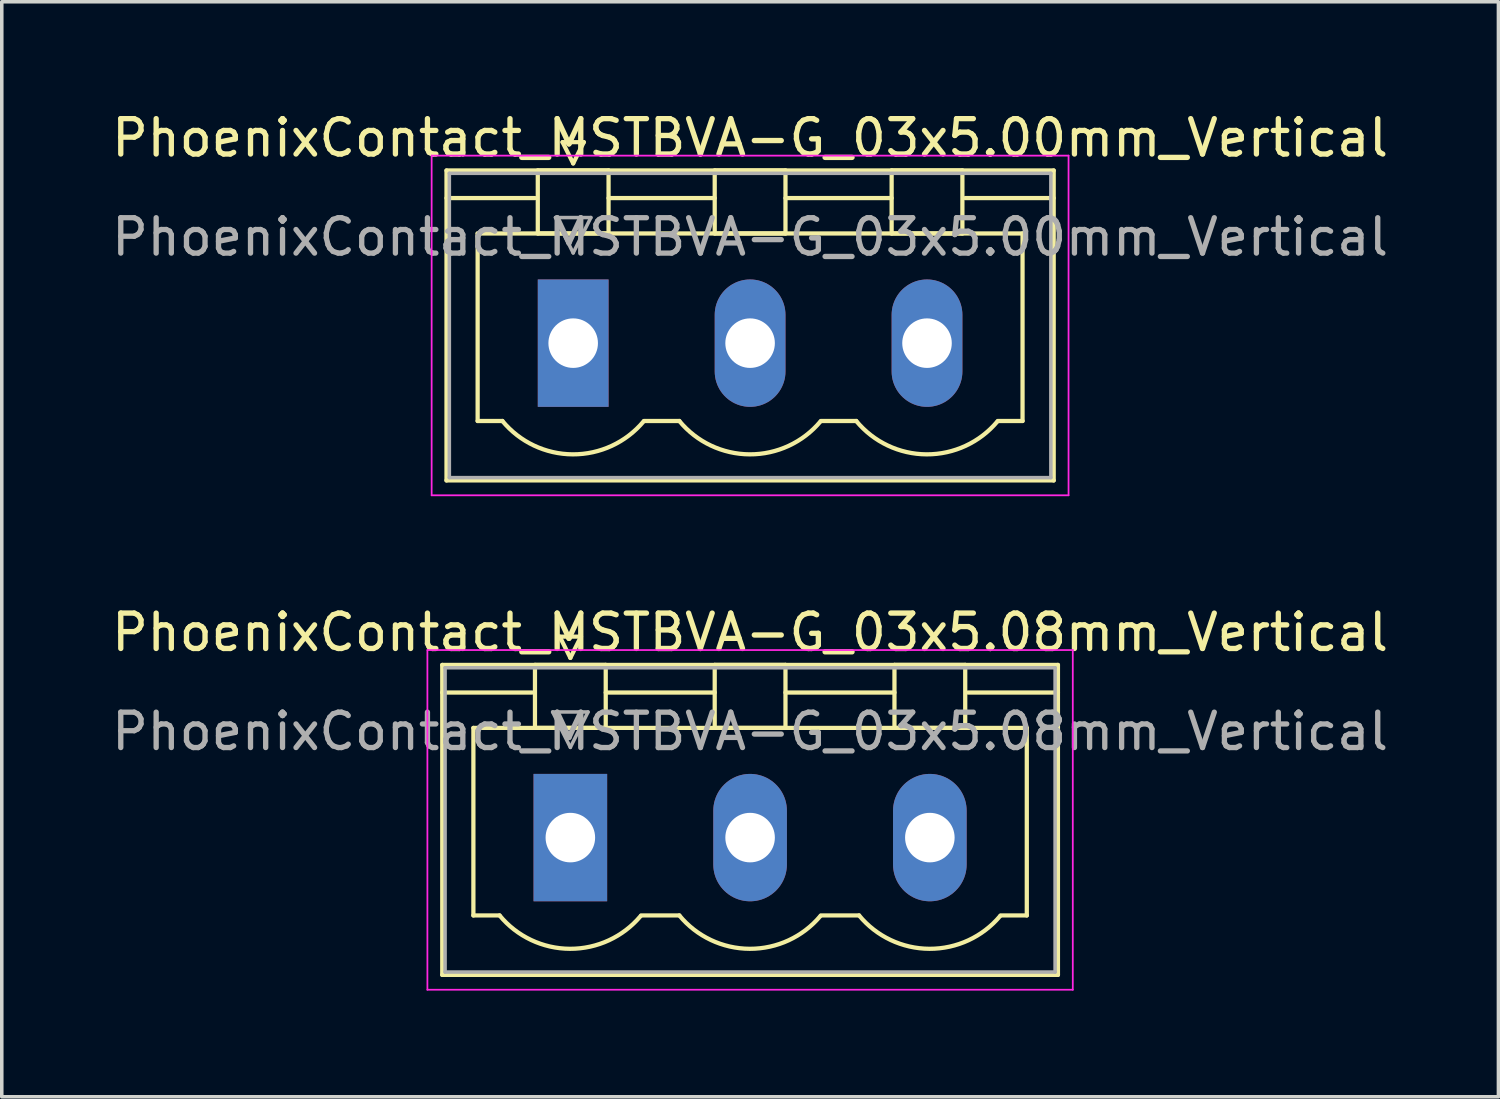
<source format=kicad_pcb>
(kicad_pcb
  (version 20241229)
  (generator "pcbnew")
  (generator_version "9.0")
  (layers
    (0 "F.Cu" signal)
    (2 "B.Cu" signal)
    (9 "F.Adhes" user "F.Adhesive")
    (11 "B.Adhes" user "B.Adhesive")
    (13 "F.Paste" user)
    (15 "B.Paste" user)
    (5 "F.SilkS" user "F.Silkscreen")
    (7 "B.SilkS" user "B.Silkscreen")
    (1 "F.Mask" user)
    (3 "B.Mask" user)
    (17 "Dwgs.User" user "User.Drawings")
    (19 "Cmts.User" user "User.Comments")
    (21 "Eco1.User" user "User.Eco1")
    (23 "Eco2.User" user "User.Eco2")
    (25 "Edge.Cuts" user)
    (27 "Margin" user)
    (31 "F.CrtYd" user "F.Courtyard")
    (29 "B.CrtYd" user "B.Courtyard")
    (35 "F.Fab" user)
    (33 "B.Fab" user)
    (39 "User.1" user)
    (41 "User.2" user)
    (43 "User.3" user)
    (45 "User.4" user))
  (footprint "PhoenixContact_MSTBVA-G_03x5.00mm_Vertical"
    (layer "F.Cu")
    (at 13.149 6.648)
    (property "Reference" "PhoenixContact_MSTBVA-G_03x5.00mm_Vertical" (at 5 -5.8 0) (layer "F.SilkS") (effects (font (size 1 1) (thickness 0.15))))
    (attr through_hole)
    (fp_line (start -3.58 -4.88) (end -3.58 3.88) (stroke (width 0.12) (type solid)) (layer "F.SilkS"))
    (fp_line (start -3.58 -4.1) (end -1.08 -4.1) (stroke (width 0.12) (type solid)) (layer "F.SilkS"))
    (fp_line (start -3.58 3.88) (end 13.58 3.88) (stroke (width 0.12) (type solid)) (layer "F.SilkS"))
    (fp_line (start -2.7 -3.1) (end 12.7 -3.1) (stroke (width 0.12) (type solid)) (layer "F.SilkS"))
    (fp_line (start -2.7 2.2) (end -2.7 -3.1) (stroke (width 0.12) (type solid)) (layer "F.SilkS"))
    (fp_line (start -2 2.2) (end -2.7 2.2) (stroke (width 0.12) (type solid)) (layer "F.SilkS"))
    (fp_line (start -1 -4.88) (end 1 -4.88) (stroke (width 0.12) (type solid)) (layer "F.SilkS"))
    (fp_line (start -1 -3.1) (end -1 -4.88) (stroke (width 0.12) (type solid)) (layer "F.SilkS"))
    (fp_line (start -0.3 -5.68) (end 0.3 -5.68) (stroke (width 0.12) (type solid)) (layer "F.SilkS"))
    (fp_line (start 0 -5.08) (end -0.3 -5.68) (stroke (width 0.12) (type solid)) (layer "F.SilkS"))
    (fp_line (start 0.3 -5.68) (end 0 -5.08) (stroke (width 0.12) (type solid)) (layer "F.SilkS"))
    (fp_line (start 1 -4.88) (end 1 -3.1) (stroke (width 0.12) (type solid)) (layer "F.SilkS"))
    (fp_line (start 1 -4.1) (end 4 -4.1) (stroke (width 0.12) (type solid)) (layer "F.SilkS"))
    (fp_line (start 1 -3.1) (end -1 -3.1) (stroke (width 0.12) (type solid)) (layer "F.SilkS"))
    (fp_line (start 2 2.2) (end 3 2.2) (stroke (width 0.12) (type solid)) (layer "F.SilkS"))
    (fp_line (start 4 -4.88) (end 6 -4.88) (stroke (width 0.12) (type solid)) (layer "F.SilkS"))
    (fp_line (start 4 -3.1) (end 4 -4.88) (stroke (width 0.12) (type solid)) (layer "F.SilkS"))
    (fp_line (start 6 -4.88) (end 6 -3.1) (stroke (width 0.12) (type solid)) (layer "F.SilkS"))
    (fp_line (start 6 -4.1) (end 9 -4.1) (stroke (width 0.12) (type solid)) (layer "F.SilkS"))
    (fp_line (start 6 -3.1) (end 4 -3.1) (stroke (width 0.12) (type solid)) (layer "F.SilkS"))
    (fp_line (start 7 2.2) (end 8 2.2) (stroke (width 0.12) (type solid)) (layer "F.SilkS"))
    (fp_line (start 9 -4.88) (end 11 -4.88) (stroke (width 0.12) (type solid)) (layer "F.SilkS"))
    (fp_line (start 9 -3.1) (end 9 -4.88) (stroke (width 0.12) (type solid)) (layer "F.SilkS"))
    (fp_line (start 11 -4.88) (end 11 -3.1) (stroke (width 0.12) (type solid)) (layer "F.SilkS"))
    (fp_line (start 11 -3.1) (end 9 -3.1) (stroke (width 0.12) (type solid)) (layer "F.SilkS"))
    (fp_line (start 12.7 -3.1) (end 12.7 2.2) (stroke (width 0.12) (type solid)) (layer "F.SilkS"))
    (fp_line (start 12.7 2.2) (end 12 2.2) (stroke (width 0.12) (type solid)) (layer "F.SilkS"))
    (fp_line (start 13.58 -4.88) (end -3.58 -4.88) (stroke (width 0.12) (type solid)) (layer "F.SilkS"))
    (fp_line (start 13.58 -4.1) (end 11.08 -4.1) (stroke (width 0.12) (type solid)) (layer "F.SilkS"))
    (fp_line (start 13.58 3.88) (end 13.58 -4.88) (stroke (width 0.12) (type solid)) (layer "F.SilkS"))
    (fp_arc (start 1.986842 2.215821) (mid -0.010289 3.142758) (end -2 2.2) (stroke (width 0.12) (type solid)) (layer "F.SilkS"))
    (fp_arc (start 6.986842 2.215821) (mid 4.989711 3.142758) (end 3 2.2) (stroke (width 0.12) (type solid)) (layer "F.SilkS"))
    (fp_arc (start 11.986842 2.215821) (mid 9.989711 3.142758) (end 8 2.2) (stroke (width 0.12) (type solid)) (layer "F.SilkS"))
    (fp_line (start -4 -5.3) (end -4 4.3) (stroke (width 0.05) (type solid)) (layer "F.CrtYd"))
    (fp_line (start -4 4.3) (end 14 4.3) (stroke (width 0.05) (type solid)) (layer "F.CrtYd"))
    (fp_line (start 14 -5.3) (end -4 -5.3) (stroke (width 0.05) (type solid)) (layer "F.CrtYd"))
    (fp_line (start 14 4.3) (end 14 -5.3) (stroke (width 0.05) (type solid)) (layer "F.CrtYd"))
    (fp_line (start -3.5 -4.8) (end -3.5 3.8) (stroke (width 0.1) (type solid)) (layer "F.Fab"))
    (fp_line (start -3.5 3.8) (end 13.5 3.8) (stroke (width 0.1) (type solid)) (layer "F.Fab"))
    (fp_line (start -0.5 -3.55) (end 0.5 -3.55) (stroke (width 0.1) (type solid)) (layer "F.Fab"))
    (fp_line (start 0 -2.55) (end -0.5 -3.55) (stroke (width 0.1) (type solid)) (layer "F.Fab"))
    (fp_line (start 0.5 -3.55) (end 0 -2.55) (stroke (width 0.1) (type solid)) (layer "F.Fab"))
    (fp_line (start 13.5 -4.8) (end -3.5 -4.8) (stroke (width 0.1) (type solid)) (layer "F.Fab"))
    (fp_line (start 13.5 3.8) (end 13.5 -4.8) (stroke (width 0.1) (type solid)) (layer "F.Fab"))
    (fp_text user "${REFERENCE}" (at 5 -3 0) (layer "F.Fab") (effects (font (size 1 1) (thickness 0.15))))
    (pad "1" thru_hole rect (at 0 0) (size 2 3.6) (drill 1.4) (layers "*.Cu" "*.Mask"))
    (pad "2" thru_hole oval (at 5 0) (size 2 3.6) (drill 1.4) (layers "*.Cu" "*.Mask"))
    (pad "3" thru_hole oval (at 10 0) (size 2 3.6) (drill 1.4) (layers "*.Cu" "*.Mask")))
  (footprint "PhoenixContact_MSTBVA-G_03x5.08mm_Vertical"
    (layer "F.Cu")
    (at 13.069 20.622)
    (property "Reference" "PhoenixContact_MSTBVA-G_03x5.08mm_Vertical" (at 5.08 -5.8 0) (layer "F.SilkS") (effects (font (size 1 1) (thickness 0.15))))
    (attr through_hole)
    (fp_line (start -3.62 -4.88) (end -3.62 3.88) (stroke (width 0.12) (type solid)) (layer "F.SilkS"))
    (fp_line (start -3.62 -4.1) (end -1.08 -4.1) (stroke (width 0.12) (type solid)) (layer "F.SilkS"))
    (fp_line (start -3.62 3.88) (end 13.78 3.88) (stroke (width 0.12) (type solid)) (layer "F.SilkS"))
    (fp_line (start -2.74 -3.1) (end 12.9 -3.1) (stroke (width 0.12) (type solid)) (layer "F.SilkS"))
    (fp_line (start -2.74 2.2) (end -2.74 -3.1) (stroke (width 0.12) (type solid)) (layer "F.SilkS"))
    (fp_line (start -2 2.2) (end -2.74 2.2) (stroke (width 0.12) (type solid)) (layer "F.SilkS"))
    (fp_line (start -1 -4.88) (end 1 -4.88) (stroke (width 0.12) (type solid)) (layer "F.SilkS"))
    (fp_line (start -1 -3.1) (end -1 -4.88) (stroke (width 0.12) (type solid)) (layer "F.SilkS"))
    (fp_line (start -0.3 -5.68) (end 0.3 -5.68) (stroke (width 0.12) (type solid)) (layer "F.SilkS"))
    (fp_line (start 0 -5.08) (end -0.3 -5.68) (stroke (width 0.12) (type solid)) (layer "F.SilkS"))
    (fp_line (start 0.3 -5.68) (end 0 -5.08) (stroke (width 0.12) (type solid)) (layer "F.SilkS"))
    (fp_line (start 1 -4.88) (end 1 -3.1) (stroke (width 0.12) (type solid)) (layer "F.SilkS"))
    (fp_line (start 1 -4.1) (end 4.08 -4.1) (stroke (width 0.12) (type solid)) (layer "F.SilkS"))
    (fp_line (start 1 -3.1) (end -1 -3.1) (stroke (width 0.12) (type solid)) (layer "F.SilkS"))
    (fp_line (start 2 2.2) (end 3.08 2.2) (stroke (width 0.12) (type solid)) (layer "F.SilkS"))
    (fp_line (start 4.08 -4.88) (end 6.08 -4.88) (stroke (width 0.12) (type solid)) (layer "F.SilkS"))
    (fp_line (start 4.08 -3.1) (end 4.08 -4.88) (stroke (width 0.12) (type solid)) (layer "F.SilkS"))
    (fp_line (start 6.08 -4.88) (end 6.08 -3.1) (stroke (width 0.12) (type solid)) (layer "F.SilkS"))
    (fp_line (start 6.08 -4.1) (end 9.16 -4.1) (stroke (width 0.12) (type solid)) (layer "F.SilkS"))
    (fp_line (start 6.08 -3.1) (end 4.08 -3.1) (stroke (width 0.12) (type solid)) (layer "F.SilkS"))
    (fp_line (start 7.08 2.2) (end 8.16 2.2) (stroke (width 0.12) (type solid)) (layer "F.SilkS"))
    (fp_line (start 9.16 -4.88) (end 11.16 -4.88) (stroke (width 0.12) (type solid)) (layer "F.SilkS"))
    (fp_line (start 9.16 -3.1) (end 9.16 -4.88) (stroke (width 0.12) (type solid)) (layer "F.SilkS"))
    (fp_line (start 11.16 -4.88) (end 11.16 -3.1) (stroke (width 0.12) (type solid)) (layer "F.SilkS"))
    (fp_line (start 11.16 -3.1) (end 9.16 -3.1) (stroke (width 0.12) (type solid)) (layer "F.SilkS"))
    (fp_line (start 12.9 -3.1) (end 12.9 2.2) (stroke (width 0.12) (type solid)) (layer "F.SilkS"))
    (fp_line (start 12.9 2.2) (end 12.16 2.2) (stroke (width 0.12) (type solid)) (layer "F.SilkS"))
    (fp_line (start 13.78 -4.88) (end -3.62 -4.88) (stroke (width 0.12) (type solid)) (layer "F.SilkS"))
    (fp_line (start 13.78 -4.1) (end 11.24 -4.1) (stroke (width 0.12) (type solid)) (layer "F.SilkS"))
    (fp_line (start 13.78 3.88) (end 13.78 -4.88) (stroke (width 0.12) (type solid)) (layer "F.SilkS"))
    (fp_arc (start 1.986842 2.215821) (mid -0.010289 3.142758) (end -2 2.2) (stroke (width 0.12) (type solid)) (layer "F.SilkS"))
    (fp_arc (start 7.066842 2.215821) (mid 5.069711 3.142758) (end 3.08 2.2) (stroke (width 0.12) (type solid)) (layer "F.SilkS"))
    (fp_arc (start 12.146842 2.215821) (mid 10.149711 3.142758) (end 8.16 2.2) (stroke (width 0.12) (type solid)) (layer "F.SilkS"))
    (fp_line (start -4.04 -5.3) (end -4.04 4.3) (stroke (width 0.05) (type solid)) (layer "F.CrtYd"))
    (fp_line (start -4.04 4.3) (end 14.2 4.3) (stroke (width 0.05) (type solid)) (layer "F.CrtYd"))
    (fp_line (start 14.2 -5.3) (end -4.04 -5.3) (stroke (width 0.05) (type solid)) (layer "F.CrtYd"))
    (fp_line (start 14.2 4.3) (end 14.2 -5.3) (stroke (width 0.05) (type solid)) (layer "F.CrtYd"))
    (fp_line (start -3.54 -4.8) (end -3.54 3.8) (stroke (width 0.1) (type solid)) (layer "F.Fab"))
    (fp_line (start -3.54 3.8) (end 13.7 3.8) (stroke (width 0.1) (type solid)) (layer "F.Fab"))
    (fp_line (start -0.5 -3.55) (end 0.5 -3.55) (stroke (width 0.1) (type solid)) (layer "F.Fab"))
    (fp_line (start 0 -2.55) (end -0.5 -3.55) (stroke (width 0.1) (type solid)) (layer "F.Fab"))
    (fp_line (start 0.5 -3.55) (end 0 -2.55) (stroke (width 0.1) (type solid)) (layer "F.Fab"))
    (fp_line (start 13.7 -4.8) (end -3.54 -4.8) (stroke (width 0.1) (type solid)) (layer "F.Fab"))
    (fp_line (start 13.7 3.8) (end 13.7 -4.8) (stroke (width 0.1) (type solid)) (layer "F.Fab"))
    (fp_text user "${REFERENCE}" (at 5.08 -3 0) (layer "F.Fab") (effects (font (size 1 1) (thickness 0.15))))
    (pad "1" thru_hole rect (at 0 0) (size 2.08 3.6) (drill 1.4) (layers "*.Cu" "*.Mask"))
    (pad "2" thru_hole oval (at 5.08 0) (size 2.08 3.6) (drill 1.4) (layers "*.Cu" "*.Mask"))
    (pad "3" thru_hole oval (at 10.16 0) (size 2.08 3.6) (drill 1.4) (layers "*.Cu" "*.Mask")))
  (gr_rect
    (start -3 -3)
    (end 39.298 27.947)
    (stroke (width 0.1) (type default))
    (fill no)
    (layer "Edge.Cuts")))
</source>
